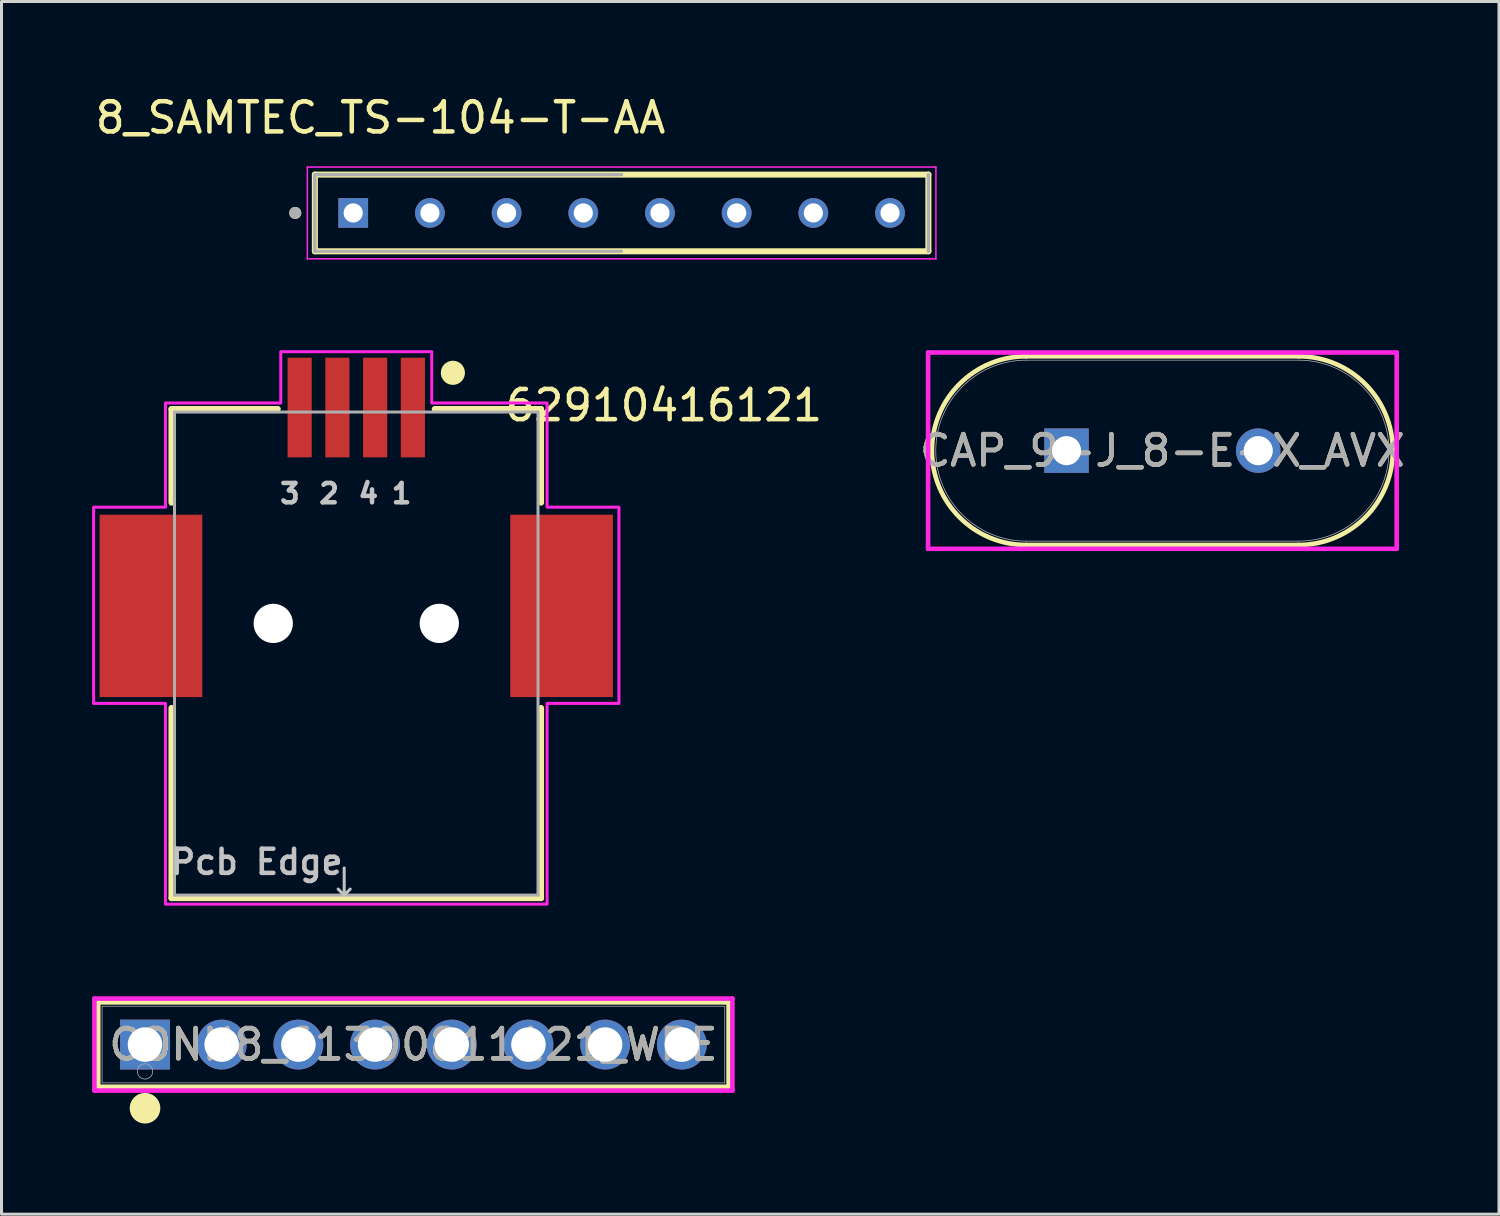
<source format=kicad_pcb>
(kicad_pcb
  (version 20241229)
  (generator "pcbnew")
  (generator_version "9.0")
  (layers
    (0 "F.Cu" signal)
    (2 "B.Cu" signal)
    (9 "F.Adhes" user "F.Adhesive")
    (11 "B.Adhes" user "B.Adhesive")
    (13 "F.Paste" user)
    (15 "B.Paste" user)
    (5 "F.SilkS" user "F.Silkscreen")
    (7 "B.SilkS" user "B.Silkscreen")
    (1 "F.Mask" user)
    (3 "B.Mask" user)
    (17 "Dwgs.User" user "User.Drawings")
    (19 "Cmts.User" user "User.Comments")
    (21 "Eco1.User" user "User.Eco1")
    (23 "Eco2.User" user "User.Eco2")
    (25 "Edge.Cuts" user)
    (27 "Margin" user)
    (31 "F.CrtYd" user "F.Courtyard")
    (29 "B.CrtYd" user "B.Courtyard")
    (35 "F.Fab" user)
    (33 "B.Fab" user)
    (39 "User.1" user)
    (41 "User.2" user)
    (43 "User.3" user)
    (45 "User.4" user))
  (footprint "62910416121"
    (layer "F.Cu")
    (at 8.75 17.598)
    (property "Reference" "62910416121" (at 10.188 -7.221 0) (layer "F.SilkS") (effects (font (size 1 1) (thickness 0.15))))
    (attr smd)
    (fp_line (start -6.12 -7.1) (end -6.12 -4) (stroke (width 0.2) (type solid)) (layer "F.SilkS"))
    (fp_line (start -6.12 2.8) (end -6.12 9.1) (stroke (width 0.2) (type solid)) (layer "F.SilkS"))
    (fp_line (start -6.12 9.1) (end 6.12 9.1) (stroke (width 0.2) (type solid)) (layer "F.SilkS"))
    (fp_line (start -2.6 -7.1) (end -6.12 -7.1) (stroke (width 0.2) (type solid)) (layer "F.SilkS"))
    (fp_line (start 2.6 -7.1) (end 6.12 -7.1) (stroke (width 0.2) (type solid)) (layer "F.SilkS"))
    (fp_line (start 6.12 -7.1) (end 6.12 -4) (stroke (width 0.2) (type solid)) (layer "F.SilkS"))
    (fp_line (start 6.12 9.1) (end 6.12 2.8) (stroke (width 0.2) (type solid)) (layer "F.SilkS"))
    (fp_circle (center 3.2 -8.3) (end 3.4 -8.3) (stroke (width 0.4) (type solid)) (fill no) (layer "F.SilkS"))
    (fp_line (start -0.4 8.1) (end -0.4 9) (stroke (width 0.1) (type solid)) (layer "Dwgs.User"))
    (fp_line (start -0.4 9) (end -0.6 8.8) (stroke (width 0.1) (type solid)) (layer "Dwgs.User"))
    (fp_line (start -0.4 9) (end -0.2 8.8) (stroke (width 0.1) (type solid)) (layer "Dwgs.User"))
    (fp_poly (pts (xy -2.5 -9) (xy 2.5 -9) (xy 2.5 -7.3) (xy 6.32 -7.3) (xy 6.32 -3.85) (xy 8.7 -3.85) (xy 8.7 2.65) (xy 6.32 2.65) (xy 6.32 9.3) (xy -6.32 9.3) (xy -6.32 2.65) (xy -8.7 2.65) (xy -8.7 -3.85) (xy -6.32 -3.85) (xy -6.32 -7.3) (xy -2.5 -7.3)) (stroke (width 0.1) (type solid)) (fill no) (layer "F.CrtYd"))
    (fp_line (start -6.02 -7) (end -6.02 9) (stroke (width 0.1) (type solid)) (layer "F.Fab"))
    (fp_line (start -6.02 9) (end 6.02 9) (stroke (width 0.1) (type solid)) (layer "F.Fab"))
    (fp_line (start 6.02 -7) (end -6.02 -7) (stroke (width 0.1) (type solid)) (layer "F.Fab"))
    (fp_line (start 6.02 9) (end 6.02 -7) (stroke (width 0.1) (type solid)) (layer "F.Fab"))
    (fp_text user "3" (at -2.2 -4.3 0) (layer "Dwgs.User") (effects (font (size 0.64 0.64) (thickness 0.15))))
    (fp_text user "Pcb Edge" (at -3.3 7.9 0) (layer "Dwgs.User") (effects (font (size 0.8 0.8) (thickness 0.15))))
    (fp_text user "4" (at 0.4 -4.3 0) (layer "Dwgs.User") (effects (font (size 0.64 0.64) (thickness 0.15))))
    (fp_text user "2" (at -0.9 -4.3 0) (layer "Dwgs.User") (effects (font (size 0.64 0.64) (thickness 0.15))))
    (fp_text user "1" (at 1.5 -4.3 0) (layer "Dwgs.User") (effects (font (size 0.64 0.64) (thickness 0.15))))
    (pad "" np_thru_hole circle (at -2.75 0) (size 1.3 1.3) (drill 1.3) (layers "*.Cu" "*.Mask"))
    (pad "" np_thru_hole circle (at 2.75 0) (size 1.3 1.3) (drill 1.3) (layers "*.Cu" "*.Mask"))
    (pad "1" smd rect (at 1.875 -7.15 180) (size 0.8 3.3) (layers "F.Cu" "F.Mask" "F.Paste"))
    (pad "2" smd rect (at -0.625 -7.15 180) (size 0.8 3.3) (layers "F.Cu" "F.Mask" "F.Paste"))
    (pad "3" smd rect (at -1.875 -7.15 180) (size 0.8 3.3) (layers "F.Cu" "F.Mask" "F.Paste"))
    (pad "4" smd rect (at 0.625 -7.15 180) (size 0.8 3.3) (layers "F.Cu" "F.Mask" "F.Paste"))
    (pad "S1" smd rect (at -6.8 -0.58 180) (size 3.4 6.04) (layers "F.Cu" "F.Mask" "F.Paste"))
    (pad "S2" smd rect (at 6.8 -0.58 180) (size 3.4 6.04) (layers "F.Cu" "F.Mask" "F.Paste")))
  (footprint "CAP_9-J_8-E-X_AVX"
    (layer "F.Cu")
    (at 35.45 11.876)
    (property "Reference" "CAP_9-J_8-E-X_AVX" (at 0 0 0) (unlocked yes) (layer "F.SilkS") (effects (font (size 1 1) (thickness 0.15))))
    (attr through_hole)
    (fp_line (start -4.508 -3.124) (end 4.508 -3.124) (stroke (width 0.152) (type solid)) (layer "F.SilkS"))
    (fp_line (start -4.508 3.124) (end 4.508 3.124) (stroke (width 0.152) (type solid)) (layer "F.SilkS"))
    (fp_arc (start -4.5085 3.1242) (mid -7.6327 0) (end -4.5085 -3.1242) (stroke (width 0.1524) (type solid)) (layer "F.SilkS"))
    (fp_arc (start 4.5085 -3.1242) (mid 6.717643 -2.209143) (end 7.6327 0) (stroke (width 0.1524) (type solid)) (layer "F.SilkS"))
    (fp_arc (start 7.6327 0) (mid 6.717643 2.209143) (end 4.5085 3.1242) (stroke (width 0.1524) (type solid)) (layer "F.SilkS"))
    (fp_line (start -7.76 -3.251) (end 7.76 -3.251) (stroke (width 0.152) (type solid)) (layer "F.CrtYd"))
    (fp_line (start -7.76 3.251) (end -7.76 -3.251) (stroke (width 0.152) (type solid)) (layer "F.CrtYd"))
    (fp_line (start 7.76 -3.251) (end 7.76 3.251) (stroke (width 0.152) (type solid)) (layer "F.CrtYd"))
    (fp_line (start 7.76 3.251) (end -7.76 3.251) (stroke (width 0.152) (type solid)) (layer "F.CrtYd"))
    (fp_line (start -4.508 -2.997) (end 4.508 -2.997) (stroke (width 0.025) (type solid)) (layer "F.Fab"))
    (fp_line (start -4.508 2.997) (end 4.508 2.997) (stroke (width 0.025) (type solid)) (layer "F.Fab"))
    (fp_arc (start -4.5085 2.9972) (mid -7.5057 0) (end -4.5085 -2.9972) (stroke (width 0.0254) (type solid)) (layer "F.Fab"))
    (fp_arc (start 4.5085 -2.9972) (mid 7.5057 0) (end 4.5085 2.9972) (stroke (width 0.0254) (type solid)) (layer "F.Fab"))
    (fp_text user "${REFERENCE}" (at 0 0 0) (unlocked yes) (layer "F.Fab") (effects (font (size 1 1) (thickness 0.15))))
    (pad "1" thru_hole rect (at -3.175 0) (size 1.473 1.473) (drill 0.965) (layers "*.Cu" "*.Mask"))
    (pad "2" thru_hole circle (at 3.175 0) (size 1.473 1.473) (drill 0.965) (layers "*.Cu" "*.Mask")))
  (footprint "CONN8_61300811121_WRE"
    (layer "F.Cu")
    (at 1.753 31.548)
    (property "Reference" "CONN8_61300811121_WRE" (at 8.89 0 0) (unlocked yes) (layer "F.SilkS") (effects (font (size 1 1) (thickness 0.15))))
    (attr through_hole)
    (fp_line (start -1.549 -1.397) (end -1.549 1.397) (stroke (width 0.152) (type solid)) (layer "F.SilkS"))
    (fp_line (start -1.549 1.397) (end 19.329 1.397) (stroke (width 0.152) (type solid)) (layer "F.SilkS"))
    (fp_line (start 19.329 -1.397) (end -1.549 -1.397) (stroke (width 0.152) (type solid)) (layer "F.SilkS"))
    (fp_line (start 19.329 1.397) (end 19.329 -1.397) (stroke (width 0.152) (type solid)) (layer "F.SilkS"))
    (fp_circle (center 0 2.108) (end 0.254 2.108) (stroke (width 0.508) (type solid)) (fill no) (layer "F.SilkS"))
    (fp_line (start -1.676 -1.524) (end -1.676 1.524) (stroke (width 0.152) (type solid)) (layer "F.CrtYd"))
    (fp_line (start -1.676 1.524) (end 19.456 1.524) (stroke (width 0.152) (type solid)) (layer "F.CrtYd"))
    (fp_line (start 19.456 -1.524) (end -1.676 -1.524) (stroke (width 0.152) (type solid)) (layer "F.CrtYd"))
    (fp_line (start 19.456 1.524) (end 19.456 -1.524) (stroke (width 0.152) (type solid)) (layer "F.CrtYd"))
    (fp_line (start -1.422 -1.27) (end -1.422 1.27) (stroke (width 0.025) (type solid)) (layer "F.Fab"))
    (fp_line (start -1.422 1.27) (end 19.202 1.27) (stroke (width 0.025) (type solid)) (layer "F.Fab"))
    (fp_line (start 19.202 -1.27) (end -1.422 -1.27) (stroke (width 0.025) (type solid)) (layer "F.Fab"))
    (fp_line (start 19.202 1.27) (end 19.202 -1.27) (stroke (width 0.025) (type solid)) (layer "F.Fab"))
    (fp_circle (center 0 0.889) (end 0.254 0.889) (stroke (width 0.025) (type solid)) (fill no) (layer "F.Fab"))
    (fp_text user "${REFERENCE}" (at 8.89 0 0) (unlocked yes) (layer "F.Fab") (effects (font (size 1 1) (thickness 0.15))))
    (pad "1" thru_hole rect (at 0 0) (size 1.651 1.651) (drill 1.143) (layers "*.Cu" "*.Mask"))
    (pad "2" thru_hole circle (at 2.54 0) (size 1.651 1.651) (drill 1.143) (layers "*.Cu" "*.Mask"))
    (pad "3" thru_hole circle (at 5.08 0) (size 1.651 1.651) (drill 1.143) (layers "*.Cu" "*.Mask"))
    (pad "4" thru_hole circle (at 7.62 0) (size 1.651 1.651) (drill 1.143) (layers "*.Cu" "*.Mask"))
    (pad "5" thru_hole circle (at 10.16 0) (size 1.651 1.651) (drill 1.143) (layers "*.Cu" "*.Mask"))
    (pad "6" thru_hole circle (at 12.7 0) (size 1.651 1.651) (drill 1.143) (layers "*.Cu" "*.Mask"))
    (pad "7" thru_hole circle (at 15.24 0) (size 1.651 1.651) (drill 1.143) (layers "*.Cu" "*.Mask"))
    (pad "8" thru_hole circle (at 17.78 0) (size 1.651 1.651) (drill 1.143) (layers "*.Cu" "*.Mask")))
  (footprint "8_SAMTEC_TS-104-T-AA"
    (layer "F.Cu")
    (at 12.459 4.003)
    (property "Reference" "8_SAMTEC_TS-104-T-AA" (at -2.905 -3.155 0) (layer "F.SilkS") (effects (font (size 1 1) (thickness 0.15))))
    (attr through_hole)
    (fp_line (start -5.08 1.27) (end -5.08 -1.27) (stroke (width 0.2) (type solid)) (layer "F.SilkS"))
    (fp_line (start 15.24 -1.27) (end -5.08 -1.27) (stroke (width 0.2) (type solid)) (layer "F.SilkS"))
    (fp_line (start 15.24 -1.27) (end 15.24 1.27) (stroke (width 0.2) (type solid)) (layer "F.SilkS"))
    (fp_line (start 15.24 1.27) (end -5.08 1.27) (stroke (width 0.2) (type solid)) (layer "F.SilkS"))
    (fp_circle (center -5.73 0) (end -5.63 0) (stroke (width 0.2) (type solid)) (fill no) (layer "F.SilkS"))
    (fp_line (start -5.33 -1.52) (end 15.49 -1.52) (stroke (width 0.05) (type solid)) (layer "F.CrtYd"))
    (fp_line (start -5.33 1.52) (end -5.33 -1.52) (stroke (width 0.05) (type solid)) (layer "F.CrtYd"))
    (fp_line (start 15.49 -1.52) (end 15.49 1.52) (stroke (width 0.05) (type solid)) (layer "F.CrtYd"))
    (fp_line (start 15.49 1.52) (end -5.33 1.52) (stroke (width 0.05) (type solid)) (layer "F.CrtYd"))
    (fp_line (start -5.08 -1.27) (end 5.08 -1.27) (stroke (width 0.1) (type solid)) (layer "F.Fab"))
    (fp_line (start -5.08 -1.27) (end 5.08 -1.27) (stroke (width 0.1) (type solid)) (layer "F.Fab"))
    (fp_line (start -5.08 1.27) (end -5.08 -1.27) (stroke (width 0.1) (type solid)) (layer "F.Fab"))
    (fp_line (start -5.08 1.27) (end -5.08 -1.27) (stroke (width 0.1) (type solid)) (layer "F.Fab"))
    (fp_line (start 5.08 1.27) (end -5.08 1.27) (stroke (width 0.1) (type solid)) (layer "F.Fab"))
    (fp_line (start 15.24 -1.27) (end 15.24 1.27) (stroke (width 0.1) (type solid)) (layer "F.Fab"))
    (fp_line (start 15.24 -1.27) (end 15.24 1.27) (stroke (width 0.1) (type solid)) (layer "F.Fab"))
    (fp_circle (center -5.73 0) (end -5.63 0) (stroke (width 0.2) (type solid)) (fill no) (layer "F.Fab"))
    (pad "01" thru_hole rect (at -3.81 0) (size 0.985 0.985) (drill 0.635) (layers "*.Cu" "*.Mask"))
    (pad "02" thru_hole circle (at -1.27 0) (size 0.985 0.985) (drill 0.635) (layers "*.Cu" "*.Mask"))
    (pad "03" thru_hole circle (at 1.27 0) (size 0.985 0.985) (drill 0.635) (layers "*.Cu" "*.Mask"))
    (pad "04" thru_hole circle (at 3.81 0) (size 0.985 0.985) (drill 0.635) (layers "*.Cu" "*.Mask"))
    (pad "05" thru_hole circle (at 6.35 0) (size 0.985 0.985) (drill 0.635) (layers "*.Cu" "*.Mask"))
    (pad "06" thru_hole circle (at 8.89 0) (size 0.985 0.985) (drill 0.635) (layers "*.Cu" "*.Mask"))
    (pad "07" thru_hole circle (at 11.43 0) (size 0.985 0.985) (drill 0.635) (layers "*.Cu" "*.Mask"))
    (pad "07" thru_hole circle (at 13.97 0) (size 0.985 0.985) (drill 0.635) (layers "*.Cu" "*.Mask")))
  (gr_rect
    (start -3 -3)
    (end 46.599 37.165)
    (stroke (width 0.1) (type default))
    (fill no)
    (layer "Edge.Cuts")))
</source>
